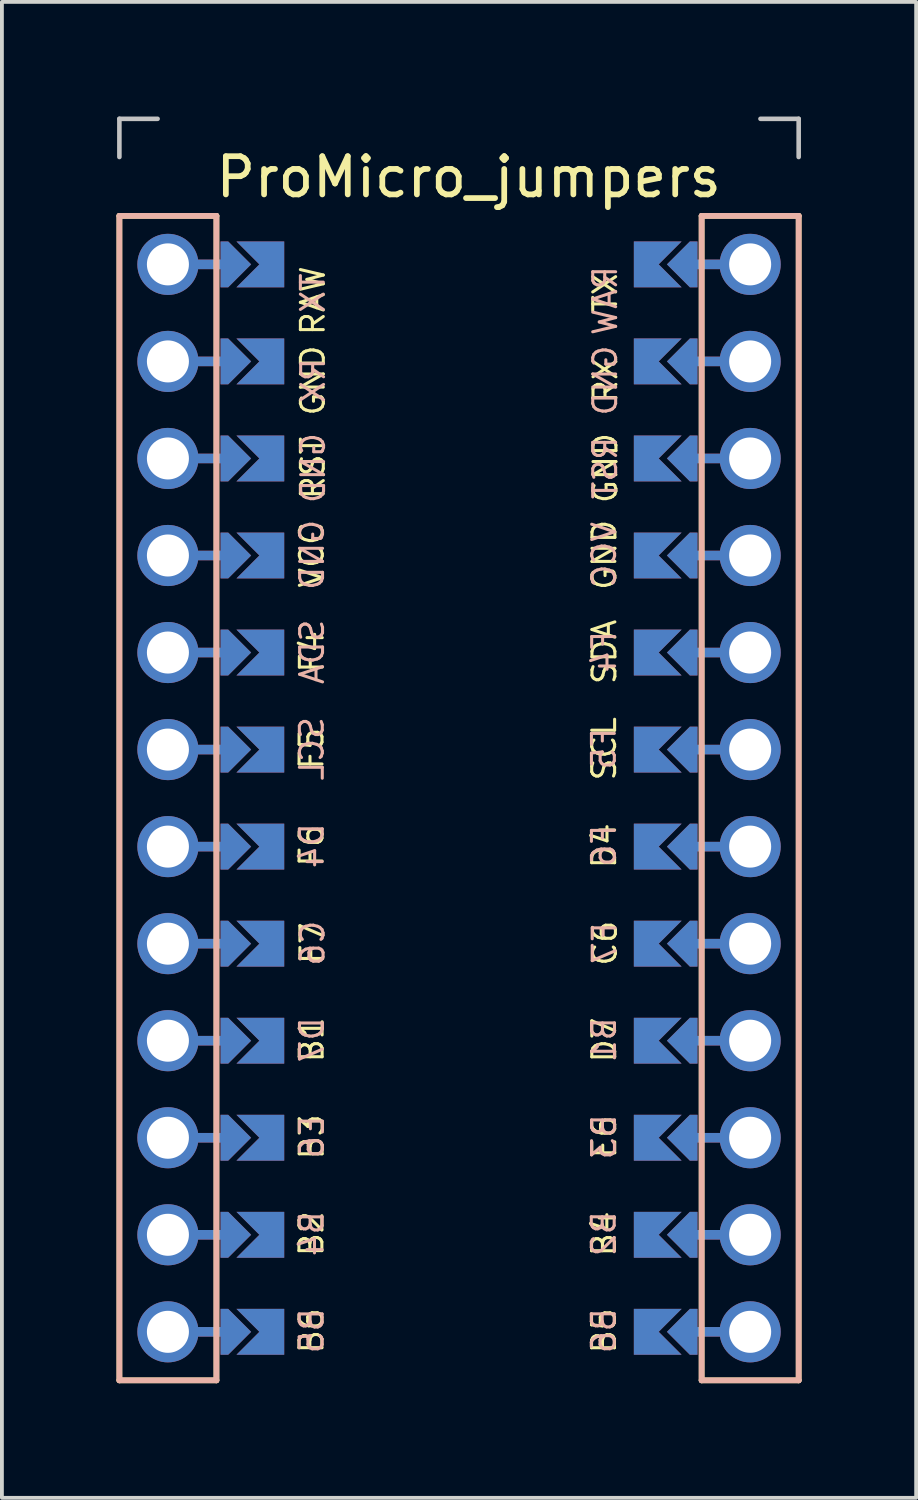
<source format=kicad_pcb>
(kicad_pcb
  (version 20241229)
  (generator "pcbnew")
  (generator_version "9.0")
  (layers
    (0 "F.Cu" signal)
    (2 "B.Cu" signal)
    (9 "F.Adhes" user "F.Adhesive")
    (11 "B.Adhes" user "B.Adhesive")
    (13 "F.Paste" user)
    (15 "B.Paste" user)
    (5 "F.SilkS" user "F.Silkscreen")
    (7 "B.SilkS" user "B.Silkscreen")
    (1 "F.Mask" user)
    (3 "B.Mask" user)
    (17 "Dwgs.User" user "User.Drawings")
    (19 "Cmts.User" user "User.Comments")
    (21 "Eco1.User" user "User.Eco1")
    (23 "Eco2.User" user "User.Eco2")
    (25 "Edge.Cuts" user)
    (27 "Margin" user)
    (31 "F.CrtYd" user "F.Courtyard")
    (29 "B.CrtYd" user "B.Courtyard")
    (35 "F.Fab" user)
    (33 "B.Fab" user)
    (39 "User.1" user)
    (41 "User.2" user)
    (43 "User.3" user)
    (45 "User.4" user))
  (footprint "ProMicro_jumpers"
    (layer "F.Cu")
    (at 8.965 17.84)
    (property "Reference" "ProMicro_jumpers" (at 0.254 -16.256 0) (layer "F.SilkS") (effects (font (size 1 1) (thickness 0.15))))
    (fp_poly (pts (xy -5.08 -14.478) (xy -5.08 -13.462) (xy -6.096 -13.462) (xy -6.096 -14.478)) (stroke (width 0.1) (type solid)) (fill yes) (layer "F.Mask"))
    (fp_poly (pts (xy -5.08 -11.938) (xy -5.08 -10.922) (xy -6.096 -10.922) (xy -6.096 -11.938)) (stroke (width 0.1) (type solid)) (fill yes) (layer "F.Mask"))
    (fp_poly (pts (xy -5.08 -9.398) (xy -5.08 -8.382) (xy -6.096 -8.382) (xy -6.096 -9.398)) (stroke (width 0.1) (type solid)) (fill yes) (layer "F.Mask"))
    (fp_poly (pts (xy -5.08 -6.858) (xy -5.08 -5.842) (xy -6.096 -5.842) (xy -6.096 -6.858)) (stroke (width 0.1) (type solid)) (fill yes) (layer "F.Mask"))
    (fp_poly (pts (xy -5.08 -4.318) (xy -5.08 -3.302) (xy -6.096 -3.302) (xy -6.096 -4.318)) (stroke (width 0.1) (type solid)) (fill yes) (layer "F.Mask"))
    (fp_poly (pts (xy -5.08 -1.778) (xy -5.08 -0.762) (xy -6.096 -0.762) (xy -6.096 -1.778)) (stroke (width 0.1) (type solid)) (fill yes) (layer "F.Mask"))
    (fp_poly (pts (xy -5.08 0.762) (xy -5.08 1.778) (xy -6.096 1.778) (xy -6.096 0.762)) (stroke (width 0.1) (type solid)) (fill yes) (layer "F.Mask"))
    (fp_poly (pts (xy -5.08 3.302) (xy -5.08 4.318) (xy -6.096 4.318) (xy -6.096 3.302)) (stroke (width 0.1) (type solid)) (fill yes) (layer "F.Mask"))
    (fp_poly (pts (xy -5.08 5.842) (xy -5.08 6.858) (xy -6.096 6.858) (xy -6.096 5.842)) (stroke (width 0.1) (type solid)) (fill yes) (layer "F.Mask"))
    (fp_poly (pts (xy -5.08 8.382) (xy -5.08 9.398) (xy -6.096 9.398) (xy -6.096 8.382)) (stroke (width 0.1) (type solid)) (fill yes) (layer "F.Mask"))
    (fp_poly (pts (xy -5.08 10.922) (xy -5.08 11.938) (xy -6.096 11.938) (xy -6.096 10.922)) (stroke (width 0.1) (type solid)) (fill yes) (layer "F.Mask"))
    (fp_poly (pts (xy -5.08 13.462) (xy -5.08 14.478) (xy -6.096 14.478) (xy -6.096 13.462)) (stroke (width 0.1) (type solid)) (fill yes) (layer "F.Mask"))
    (fp_poly (pts (xy 5.08 -13.462) (xy 5.08 -14.478) (xy 6.096 -14.478) (xy 6.096 -13.462)) (stroke (width 0.1) (type solid)) (fill yes) (layer "F.Mask"))
    (fp_poly (pts (xy 5.08 -10.922) (xy 5.08 -11.938) (xy 6.096 -11.938) (xy 6.096 -10.922)) (stroke (width 0.1) (type solid)) (fill yes) (layer "F.Mask"))
    (fp_poly (pts (xy 5.08 -8.382) (xy 5.08 -9.398) (xy 6.096 -9.398) (xy 6.096 -8.382)) (stroke (width 0.1) (type solid)) (fill yes) (layer "F.Mask"))
    (fp_poly (pts (xy 5.08 -5.842) (xy 5.08 -6.858) (xy 6.096 -6.858) (xy 6.096 -5.842)) (stroke (width 0.1) (type solid)) (fill yes) (layer "F.Mask"))
    (fp_poly (pts (xy 5.08 -3.302) (xy 5.08 -4.318) (xy 6.096 -4.318) (xy 6.096 -3.302)) (stroke (width 0.1) (type solid)) (fill yes) (layer "F.Mask"))
    (fp_poly (pts (xy 5.08 -0.762) (xy 5.08 -1.778) (xy 6.096 -1.778) (xy 6.096 -0.762)) (stroke (width 0.1) (type solid)) (fill yes) (layer "F.Mask"))
    (fp_poly (pts (xy 5.08 1.778) (xy 5.08 0.762) (xy 6.096 0.762) (xy 6.096 1.778)) (stroke (width 0.1) (type solid)) (fill yes) (layer "F.Mask"))
    (fp_poly (pts (xy 5.08 4.318) (xy 5.08 3.302) (xy 6.096 3.302) (xy 6.096 4.318)) (stroke (width 0.1) (type solid)) (fill yes) (layer "F.Mask"))
    (fp_poly (pts (xy 5.08 6.858) (xy 5.08 5.842) (xy 6.096 5.842) (xy 6.096 6.858)) (stroke (width 0.1) (type solid)) (fill yes) (layer "F.Mask"))
    (fp_poly (pts (xy 5.08 9.398) (xy 5.08 8.382) (xy 6.096 8.382) (xy 6.096 9.398)) (stroke (width 0.1) (type solid)) (fill yes) (layer "F.Mask"))
    (fp_poly (pts (xy 5.08 11.938) (xy 5.08 10.922) (xy 6.096 10.922) (xy 6.096 11.938)) (stroke (width 0.1) (type solid)) (fill yes) (layer "F.Mask"))
    (fp_poly (pts (xy 5.08 14.478) (xy 5.08 13.462) (xy 6.096 13.462) (xy 6.096 14.478)) (stroke (width 0.1) (type solid)) (fill yes) (layer "F.Mask"))
    (fp_poly (pts (xy -5.08 -14.478) (xy -5.08 -13.462) (xy -6.096 -13.462) (xy -6.096 -14.478)) (stroke (width 0.1) (type solid)) (fill yes) (layer "B.Mask"))
    (fp_poly (pts (xy -5.08 -11.938) (xy -5.08 -10.922) (xy -6.096 -10.922) (xy -6.096 -11.938)) (stroke (width 0.1) (type solid)) (fill yes) (layer "B.Mask"))
    (fp_poly (pts (xy -5.08 -9.398) (xy -5.08 -8.382) (xy -6.096 -8.382) (xy -6.096 -9.398)) (stroke (width 0.1) (type solid)) (fill yes) (layer "B.Mask"))
    (fp_poly (pts (xy -5.08 -6.858) (xy -5.08 -5.842) (xy -6.096 -5.842) (xy -6.096 -6.858)) (stroke (width 0.1) (type solid)) (fill yes) (layer "B.Mask"))
    (fp_poly (pts (xy -5.08 -4.318) (xy -5.08 -3.302) (xy -6.096 -3.302) (xy -6.096 -4.318)) (stroke (width 0.1) (type solid)) (fill yes) (layer "B.Mask"))
    (fp_poly (pts (xy -5.08 -1.778) (xy -5.08 -0.762) (xy -6.096 -0.762) (xy -6.096 -1.778)) (stroke (width 0.1) (type solid)) (fill yes) (layer "B.Mask"))
    (fp_poly (pts (xy -5.08 0.762) (xy -5.08 1.778) (xy -6.096 1.778) (xy -6.096 0.762)) (stroke (width 0.1) (type solid)) (fill yes) (layer "B.Mask"))
    (fp_poly (pts (xy -5.08 3.302) (xy -5.08 4.318) (xy -6.096 4.318) (xy -6.096 3.302)) (stroke (width 0.1) (type solid)) (fill yes) (layer "B.Mask"))
    (fp_poly (pts (xy -5.08 5.842) (xy -5.08 6.858) (xy -6.096 6.858) (xy -6.096 5.842)) (stroke (width 0.1) (type solid)) (fill yes) (layer "B.Mask"))
    (fp_poly (pts (xy -5.08 8.382) (xy -5.08 9.398) (xy -6.096 9.398) (xy -6.096 8.382)) (stroke (width 0.1) (type solid)) (fill yes) (layer "B.Mask"))
    (fp_poly (pts (xy -5.08 10.922) (xy -5.08 11.938) (xy -6.096 11.938) (xy -6.096 10.922)) (stroke (width 0.1) (type solid)) (fill yes) (layer "B.Mask"))
    (fp_poly (pts (xy -5.08 13.462) (xy -5.08 14.478) (xy -6.096 14.478) (xy -6.096 13.462)) (stroke (width 0.1) (type solid)) (fill yes) (layer "B.Mask"))
    (fp_poly (pts (xy 5.08 -13.462) (xy 5.08 -14.478) (xy 6.096 -14.478) (xy 6.096 -13.462)) (stroke (width 0.1) (type solid)) (fill yes) (layer "B.Mask"))
    (fp_poly (pts (xy 5.08 -10.922) (xy 5.08 -11.938) (xy 6.096 -11.938) (xy 6.096 -10.922)) (stroke (width 0.1) (type solid)) (fill yes) (layer "B.Mask"))
    (fp_poly (pts (xy 5.08 -8.382) (xy 5.08 -9.398) (xy 6.096 -9.398) (xy 6.096 -8.382)) (stroke (width 0.1) (type solid)) (fill yes) (layer "B.Mask"))
    (fp_poly (pts (xy 5.08 -5.842) (xy 5.08 -6.858) (xy 6.096 -6.858) (xy 6.096 -5.842)) (stroke (width 0.1) (type solid)) (fill yes) (layer "B.Mask"))
    (fp_poly (pts (xy 5.08 -3.302) (xy 5.08 -4.318) (xy 6.096 -4.318) (xy 6.096 -3.302)) (stroke (width 0.1) (type solid)) (fill yes) (layer "B.Mask"))
    (fp_poly (pts (xy 5.08 -0.762) (xy 5.08 -1.778) (xy 6.096 -1.778) (xy 6.096 -0.762)) (stroke (width 0.1) (type solid)) (fill yes) (layer "B.Mask"))
    (fp_poly (pts (xy 5.08 1.778) (xy 5.08 0.762) (xy 6.096 0.762) (xy 6.096 1.778)) (stroke (width 0.1) (type solid)) (fill yes) (layer "B.Mask"))
    (fp_poly (pts (xy 5.08 4.318) (xy 5.08 3.302) (xy 6.096 3.302) (xy 6.096 4.318)) (stroke (width 0.1) (type solid)) (fill yes) (layer "B.Mask"))
    (fp_poly (pts (xy 5.08 6.858) (xy 5.08 5.842) (xy 6.096 5.842) (xy 6.096 6.858)) (stroke (width 0.1) (type solid)) (fill yes) (layer "B.Mask"))
    (fp_poly (pts (xy 5.08 9.398) (xy 5.08 8.382) (xy 6.096 8.382) (xy 6.096 9.398)) (stroke (width 0.1) (type solid)) (fill yes) (layer "B.Mask"))
    (fp_poly (pts (xy 5.08 11.938) (xy 5.08 10.922) (xy 6.096 10.922) (xy 6.096 11.938)) (stroke (width 0.1) (type solid)) (fill yes) (layer "B.Mask"))
    (fp_poly (pts (xy 5.08 14.478) (xy 5.08 13.462) (xy 6.096 13.462) (xy 6.096 14.478)) (stroke (width 0.1) (type solid)) (fill yes) (layer "B.Mask"))
    (fp_line (start -8.89 -15.24) (end -8.89 15.24) (stroke (width 0.15) (type solid)) (layer "F.SilkS"))
    (fp_line (start -8.89 -15.24) (end -6.35 -15.24) (stroke (width 0.15) (type solid)) (layer "F.SilkS"))
    (fp_line (start -6.35 -15.24) (end -6.35 15.24) (stroke (width 0.15) (type solid)) (layer "F.SilkS"))
    (fp_line (start -6.35 15.24) (end -8.89 15.24) (stroke (width 0.15) (type solid)) (layer "F.SilkS"))
    (fp_line (start 6.35 -15.24) (end 6.35 15.24) (stroke (width 0.15) (type solid)) (layer "F.SilkS"))
    (fp_line (start 6.35 -15.24) (end 8.89 -15.24) (stroke (width 0.15) (type solid)) (layer "F.SilkS"))
    (fp_line (start 6.35 15.24) (end 8.89 15.24) (stroke (width 0.15) (type solid)) (layer "F.SilkS"))
    (fp_line (start 8.89 -15.24) (end 8.89 15.24) (stroke (width 0.15) (type solid)) (layer "F.SilkS"))
    (fp_line (start -8.89 -15.24) (end -8.89 15.24) (stroke (width 0.15) (type solid)) (layer "B.SilkS"))
    (fp_line (start -8.89 -15.24) (end -6.35 -15.24) (stroke (width 0.15) (type solid)) (layer "B.SilkS"))
    (fp_line (start -6.35 -15.24) (end -6.35 15.24) (stroke (width 0.15) (type solid)) (layer "B.SilkS"))
    (fp_line (start -6.35 15.24) (end -8.89 15.24) (stroke (width 0.15) (type solid)) (layer "B.SilkS"))
    (fp_line (start 6.35 -15.24) (end 6.35 15.24) (stroke (width 0.15) (type solid)) (layer "B.SilkS"))
    (fp_line (start 6.35 -15.24) (end 8.89 -15.24) (stroke (width 0.15) (type solid)) (layer "B.SilkS"))
    (fp_line (start 6.35 15.24) (end 8.89 15.24) (stroke (width 0.15) (type solid)) (layer "B.SilkS"))
    (fp_line (start 8.89 -15.24) (end 8.89 15.24) (stroke (width 0.15) (type solid)) (layer "B.SilkS"))
    (fp_line (start -8.89 -17.78) (end -8.89 -16.78) (stroke (width 0.12) (type solid)) (layer "Dwgs.User"))
    (fp_line (start -8.89 -17.78) (end -7.89 -17.78) (stroke (width 0.12) (type solid)) (layer "Dwgs.User"))
    (fp_line (start 8.89 -17.78) (end 7.89 -17.78) (stroke (width 0.12) (type solid)) (layer "Dwgs.User"))
    (fp_line (start 8.89 -17.78) (end 8.89 -16.78) (stroke (width 0.12) (type solid)) (layer "Dwgs.User"))
    (fp_text user "F7" (at -3.839 3.797 90) (layer "F.SilkS") (effects (font (size 0.6 0.6) (thickness 0.08))))
    (fp_text user "D4" (at 3.799 1.248 90) (layer "F.SilkS") (effects (font (size 0.6 0.6) (thickness 0.08))))
    (fp_text user "RST" (at -3.826 -8.64 90) (layer "F.SilkS") (effects (font (size 0.6 0.6) (thickness 0.08))))
    (fp_text user "F6" (at -3.86 1.246 90) (layer "F.SilkS") (effects (font (size 0.6 0.6) (thickness 0.08))))
    (fp_text user "RX" (at 3.833 -10.928 90) (layer "F.SilkS") (effects (font (size 0.6 0.6) (thickness 0.08))))
    (fp_text user "F4" (at -3.853 -3.829 90) (layer "F.SilkS") (effects (font (size 0.6 0.6) (thickness 0.08))))
    (fp_text user "E6" (at 3.802 8.869 90) (layer "F.SilkS") (effects (font (size 0.6 0.6) (thickness 0.08))))
    (fp_text user "SCL" (at 3.799 -1.292 90) (layer "F.SilkS") (effects (font (size 0.6 0.6) (thickness 0.08))))
    (fp_text user "B5" (at 3.795 13.944 90) (layer "F.SilkS") (effects (font (size 0.6 0.6) (thickness 0.08))))
    (fp_text user "B6" (at -3.864 13.942 90) (layer "F.SilkS") (effects (font (size 0.6 0.6) (thickness 0.08))))
    (fp_text user "B4" (at 3.795 11.404 90) (layer "F.SilkS") (effects (font (size 0.6 0.6) (thickness 0.08))))
    (fp_text user "F5" (at -3.86 -1.294 90) (layer "F.SilkS") (effects (font (size 0.6 0.6) (thickness 0.08))))
    (fp_text user "B1" (at -3.857 6.327 90) (layer "F.SilkS") (effects (font (size 0.6 0.6) (thickness 0.08))))
    (fp_text user "RAW" (at -3.826 -13.02 90) (layer "F.SilkS") (effects (font (size 0.6 0.6) (thickness 0.08))))
    (fp_text user "GND" (at -3.826 -10.93 90) (layer "F.SilkS") (effects (font (size 0.6 0.6) (thickness 0.08))))
    (fp_text user "B3" (at -3.857 8.867 90) (layer "F.SilkS") (effects (font (size 0.6 0.6) (thickness 0.08))))
    (fp_text user "VCC" (at -3.853 -6.369 90) (layer "F.SilkS") (effects (font (size 0.6 0.6) (thickness 0.08))))
    (fp_text user "SDA" (at 3.806 -3.827 90) (layer "F.SilkS") (effects (font (size 0.6 0.6) (thickness 0.08))))
    (fp_text user "GND" (at 3.806 -6.367 90) (layer "F.SilkS") (effects (font (size 0.6 0.6) (thickness 0.08))))
    (fp_text user "GND" (at 3.833 -8.638 90) (layer "F.SilkS") (effects (font (size 0.6 0.6) (thickness 0.08))))
    (fp_text user "B2" (at -3.864 11.402 90) (layer "F.SilkS") (effects (font (size 0.6 0.6) (thickness 0.08))))
    (fp_text user "C6" (at 3.82 3.798 90) (layer "F.SilkS") (effects (font (size 0.6 0.6) (thickness 0.08))))
    (fp_text user "D7" (at 3.802 6.329 90) (layer "F.SilkS") (effects (font (size 0.6 0.6) (thickness 0.08))))
    (fp_text user "TX" (at 3.826 -13.22 90) (layer "F.SilkS") (effects (font (size 0.6 0.6) (thickness 0.08))))
    (fp_text user "TX" (at -3.826 -13.22 90) (layer "B.SilkS") (effects (font (size 0.6 0.6) (thickness 0.08)) (justify mirror)))
    (fp_text user "B5" (at -3.857 13.944 90) (layer "B.SilkS") (effects (font (size 0.6 0.6) (thickness 0.08)) (justify mirror)))
    (fp_text user "B3" (at 3.795 8.867 90) (layer "B.SilkS") (effects (font (size 0.6 0.6) (thickness 0.08)) (justify mirror)))
    (fp_text user "RX" (at -3.819 -10.928 90) (layer "B.SilkS") (effects (font (size 0.6 0.6) (thickness 0.08)) (justify mirror)))
    (fp_text user "B4" (at -3.857 11.404 90) (layer "B.SilkS") (effects (font (size 0.6 0.6) (thickness 0.08)) (justify mirror)))
    (fp_text user "E6" (at -3.85 8.869 90) (layer "B.SilkS") (effects (font (size 0.6 0.6) (thickness 0.08)) (justify mirror)))
    (fp_text user "D4" (at -3.853 1.248 90) (layer "B.SilkS") (effects (font (size 0.6 0.6) (thickness 0.08)) (justify mirror)))
    (fp_text user "F6" (at 3.792 1.246 90) (layer "B.SilkS") (effects (font (size 0.6 0.6) (thickness 0.08)) (justify mirror)))
    (fp_text user "RAW" (at 3.826 -13.02 90) (layer "B.SilkS") (effects (font (size 0.6 0.6) (thickness 0.08)) (justify mirror)))
    (fp_text user "F7" (at 3.813 3.797 90) (layer "B.SilkS") (effects (font (size 0.6 0.6) (thickness 0.08)) (justify mirror)))
    (fp_text user "GND" (at 3.826 -10.93 90) (layer "B.SilkS") (effects (font (size 0.6 0.6) (thickness 0.08)) (justify mirror)))
    (fp_text user "F4" (at 3.799 -3.829 90) (layer "B.SilkS") (effects (font (size 0.6 0.6) (thickness 0.08)) (justify mirror)))
    (fp_text user "GND" (at -3.846 -6.367 90) (layer "B.SilkS") (effects (font (size 0.6 0.6) (thickness 0.08)) (justify mirror)))
    (fp_text user "C6" (at -3.832 3.798 90) (layer "B.SilkS") (effects (font (size 0.6 0.6) (thickness 0.08)) (justify mirror)))
    (fp_text user "B2" (at 3.788 11.402 90) (layer "B.SilkS") (effects (font (size 0.6 0.6) (thickness 0.08)) (justify mirror)))
    (fp_text user "B1" (at 3.795 6.327 90) (layer "B.SilkS") (effects (font (size 0.6 0.6) (thickness 0.08)) (justify mirror)))
    (fp_text user "RST" (at 3.826 -8.64 90) (layer "B.SilkS") (effects (font (size 0.6 0.6) (thickness 0.08)) (justify mirror)))
    (fp_text user "SCL" (at -3.853 -1.292 90) (layer "B.SilkS") (effects (font (size 0.6 0.6) (thickness 0.08)) (justify mirror)))
    (fp_text user "D7" (at -3.85 6.329 90) (layer "B.SilkS") (effects (font (size 0.6 0.6) (thickness 0.08)) (justify mirror)))
    (fp_text user "B6" (at 3.788 13.942 90) (layer "B.SilkS") (effects (font (size 0.6 0.6) (thickness 0.08)) (justify mirror)))
    (fp_text user "GND" (at -3.819 -8.638 90) (layer "B.SilkS") (effects (font (size 0.6 0.6) (thickness 0.08)) (justify mirror)))
    (fp_text user "F5" (at 3.792 -1.294 90) (layer "B.SilkS") (effects (font (size 0.6 0.6) (thickness 0.08)) (justify mirror)))
    (fp_text user "VCC" (at 3.799 -6.369 90) (layer "B.SilkS") (effects (font (size 0.6 0.6) (thickness 0.08)) (justify mirror)))
    (fp_text user "SDA" (at -3.846 -3.827 90) (layer "B.SilkS") (effects (font (size 0.6 0.6) (thickness 0.08)) (justify mirror)))
    (pad "" thru_hole circle (at -7.62 -13.97 270) (size 1.6 1.6) (drill 1.1) (layers "*.Cu" "*.Mask"))
    (pad "" thru_hole circle (at -7.62 -11.43 270) (size 1.6 1.6) (drill 1.1) (layers "*.Cu" "*.Mask"))
    (pad "" thru_hole circle (at -7.62 -8.89 270) (size 1.6 1.6) (drill 1.1) (layers "*.Cu" "*.Mask"))
    (pad "" thru_hole circle (at -7.62 -6.35 270) (size 1.6 1.6) (drill 1.1) (layers "*.Cu" "*.Mask"))
    (pad "" thru_hole circle (at -7.62 -3.81 270) (size 1.6 1.6) (drill 1.1) (layers "*.Cu" "*.Mask"))
    (pad "" thru_hole circle (at -7.62 -1.27 270) (size 1.6 1.6) (drill 1.1) (layers "*.Cu" "*.Mask"))
    (pad "" thru_hole circle (at -7.62 1.27 270) (size 1.6 1.6) (drill 1.1) (layers "*.Cu" "*.Mask"))
    (pad "" thru_hole circle (at -7.62 3.81 270) (size 1.6 1.6) (drill 1.1) (layers "*.Cu" "*.Mask"))
    (pad "" thru_hole circle (at -7.62 6.35 270) (size 1.6 1.6) (drill 1.1) (layers "*.Cu" "*.Mask"))
    (pad "" thru_hole circle (at -7.62 8.89 270) (size 1.6 1.6) (drill 1.1) (layers "*.Cu" "*.Mask"))
    (pad "" thru_hole circle (at -7.62 11.43 270) (size 1.6 1.6) (drill 1.1) (layers "*.Cu" "*.Mask"))
    (pad "" thru_hole circle (at -7.62 13.97 270) (size 1.6 1.6) (drill 1.1) (layers "*.Cu" "*.Mask"))
    (pad "" smd custom (at -6.35 -13.97 90) (size 0.25 1) (layers "F.Cu") (options (anchor rect)) (primitives))
    (pad "" smd custom (at -6.35 -13.97 90) (size 0.25 1) (layers "B.Cu") (options (anchor rect)) (primitives))
    (pad "" smd custom (at -6.35 -11.43 90) (size 0.25 1) (layers "F.Cu") (options (anchor rect)) (primitives))
    (pad "" smd custom (at -6.35 -11.43 90) (size 0.25 1) (layers "B.Cu") (options (anchor rect)) (primitives))
    (pad "" smd custom (at -6.35 -8.89 90) (size 0.25 1) (layers "F.Cu") (options (anchor rect)) (primitives))
    (pad "" smd custom (at -6.35 -8.89 90) (size 0.25 1) (layers "B.Cu") (options (anchor rect)) (primitives))
    (pad "" smd custom (at -6.35 -6.35 90) (size 0.25 1) (layers "F.Cu") (options (anchor rect)) (primitives))
    (pad "" smd custom (at -6.35 -6.35 90) (size 0.25 1) (layers "B.Cu") (options (anchor rect)) (primitives))
    (pad "" smd custom (at -6.35 -3.81 90) (size 0.25 1) (layers "F.Cu") (options (anchor rect)) (primitives))
    (pad "" smd custom (at -6.35 -3.81 90) (size 0.25 1) (layers "B.Cu") (options (anchor rect)) (primitives))
    (pad "" smd custom (at -6.35 -1.27 90) (size 0.25 1) (layers "F.Cu") (options (anchor rect)) (primitives))
    (pad "" smd custom (at -6.35 -1.27 90) (size 0.25 1) (layers "B.Cu") (options (anchor rect)) (primitives))
    (pad "" smd custom (at -6.35 1.27 90) (size 0.25 1) (layers "F.Cu") (options (anchor rect)) (primitives))
    (pad "" smd custom (at -6.35 1.27 90) (size 0.25 1) (layers "B.Cu") (options (anchor rect)) (primitives))
    (pad "" smd custom (at -6.35 3.81 90) (size 0.25 1) (layers "F.Cu") (options (anchor rect)) (primitives))
    (pad "" smd custom (at -6.35 3.81 90) (size 0.25 1) (layers "B.Cu") (options (anchor rect)) (primitives))
    (pad "" smd custom (at -6.35 6.35 90) (size 0.25 1) (layers "F.Cu") (options (anchor rect)) (primitives))
    (pad "" smd custom (at -6.35 6.35 90) (size 0.25 1) (layers "B.Cu") (options (anchor rect)) (primitives))
    (pad "" smd custom (at -6.35 8.89 90) (size 0.25 1) (layers "F.Cu") (options (anchor rect)) (primitives))
    (pad "" smd custom (at -6.35 8.89 90) (size 0.25 1) (layers "B.Cu") (options (anchor rect)) (primitives))
    (pad "" smd custom (at -6.35 11.43 90) (size 0.25 1) (layers "F.Cu") (options (anchor rect)) (primitives))
    (pad "" smd custom (at -6.35 11.43 90) (size 0.25 1) (layers "B.Cu") (options (anchor rect)) (primitives))
    (pad "" smd custom (at -6.35 13.97 90) (size 0.25 1) (layers "F.Cu") (options (anchor rect)) (primitives))
    (pad "" smd custom (at -6.35 13.97 90) (size 0.25 1) (layers "B.Cu") (options (anchor rect)) (primitives))
    (pad "" smd custom (at -5.842 -13.97 90) (size 0.1 0.1) (layers "F.Cu" "F.Mask") (options (anchor rect)) (primitives (gr_poly (pts (xy 0.6 -0.2) (xy 0 0.4) (xy -0.6 -0.2) (xy -0.6 -0.4) (xy 0.6 -0.4)) (width 0) (fill yes))))
    (pad "" smd custom (at -5.842 -13.97 90) (size 0.1 0.1) (layers "B.Cu" "B.Mask") (options (anchor rect)) (primitives (gr_poly (pts (xy 0.6 -0.2) (xy 0 0.4) (xy -0.6 -0.2) (xy -0.6 -0.4) (xy 0.6 -0.4)) (width 0) (fill yes))))
    (pad "" smd custom (at -5.842 -11.43 90) (size 0.1 0.1) (layers "F.Cu" "F.Mask") (options (anchor rect)) (primitives (gr_poly (pts (xy 0.6 -0.2) (xy 0 0.4) (xy -0.6 -0.2) (xy -0.6 -0.4) (xy 0.6 -0.4)) (width 0) (fill yes))))
    (pad "" smd custom (at -5.842 -11.43 90) (size 0.1 0.1) (layers "B.Cu" "B.Mask") (options (anchor rect)) (primitives (gr_poly (pts (xy 0.6 -0.2) (xy 0 0.4) (xy -0.6 -0.2) (xy -0.6 -0.4) (xy 0.6 -0.4)) (width 0) (fill yes))))
    (pad "" smd custom (at -5.842 -8.89 90) (size 0.1 0.1) (layers "F.Cu" "F.Mask") (options (anchor rect)) (primitives (gr_poly (pts (xy 0.6 -0.2) (xy 0 0.4) (xy -0.6 -0.2) (xy -0.6 -0.4) (xy 0.6 -0.4)) (width 0) (fill yes))))
    (pad "" smd custom (at -5.842 -8.89 90) (size 0.1 0.1) (layers "B.Cu" "B.Mask") (options (anchor rect)) (primitives (gr_poly (pts (xy 0.6 -0.2) (xy 0 0.4) (xy -0.6 -0.2) (xy -0.6 -0.4) (xy 0.6 -0.4)) (width 0) (fill yes))))
    (pad "" smd custom (at -5.842 -6.35 90) (size 0.1 0.1) (layers "F.Cu" "F.Mask") (options (anchor rect)) (primitives (gr_poly (pts (xy 0.6 -0.2) (xy 0 0.4) (xy -0.6 -0.2) (xy -0.6 -0.4) (xy 0.6 -0.4)) (width 0) (fill yes))))
    (pad "" smd custom (at -5.842 -6.35 90) (size 0.1 0.1) (layers "B.Cu" "B.Mask") (options (anchor rect)) (primitives (gr_poly (pts (xy 0.6 -0.2) (xy 0 0.4) (xy -0.6 -0.2) (xy -0.6 -0.4) (xy 0.6 -0.4)) (width 0) (fill yes))))
    (pad "" smd custom (at -5.842 -3.81 90) (size 0.1 0.1) (layers "F.Cu" "F.Mask") (options (anchor rect)) (primitives (gr_poly (pts (xy 0.6 -0.2) (xy 0 0.4) (xy -0.6 -0.2) (xy -0.6 -0.4) (xy 0.6 -0.4)) (width 0) (fill yes))))
    (pad "" smd custom (at -5.842 -3.81 90) (size 0.1 0.1) (layers "B.Cu" "B.Mask") (options (anchor rect)) (primitives (gr_poly (pts (xy 0.6 -0.2) (xy 0 0.4) (xy -0.6 -0.2) (xy -0.6 -0.4) (xy 0.6 -0.4)) (width 0) (fill yes))))
    (pad "" smd custom (at -5.842 -1.27 90) (size 0.1 0.1) (layers "F.Cu" "F.Mask") (options (anchor rect)) (primitives (gr_poly (pts (xy 0.6 -0.2) (xy 0 0.4) (xy -0.6 -0.2) (xy -0.6 -0.4) (xy 0.6 -0.4)) (width 0) (fill yes))))
    (pad "" smd custom (at -5.842 -1.27 90) (size 0.1 0.1) (layers "B.Cu" "B.Mask") (options (anchor rect)) (primitives (gr_poly (pts (xy 0.6 -0.2) (xy 0 0.4) (xy -0.6 -0.2) (xy -0.6 -0.4) (xy 0.6 -0.4)) (width 0) (fill yes))))
    (pad "" smd custom (at -5.842 1.27 90) (size 0.1 0.1) (layers "F.Cu" "F.Mask") (options (anchor rect)) (primitives (gr_poly (pts (xy 0.6 -0.2) (xy 0 0.4) (xy -0.6 -0.2) (xy -0.6 -0.4) (xy 0.6 -0.4)) (width 0) (fill yes))))
    (pad "" smd custom (at -5.842 1.27 90) (size 0.1 0.1) (layers "B.Cu" "B.Mask") (options (anchor rect)) (primitives (gr_poly (pts (xy 0.6 -0.2) (xy 0 0.4) (xy -0.6 -0.2) (xy -0.6 -0.4) (xy 0.6 -0.4)) (width 0) (fill yes))))
    (pad "" smd custom (at -5.842 3.81 90) (size 0.1 0.1) (layers "F.Cu" "F.Mask") (options (anchor rect)) (primitives (gr_poly (pts (xy 0.6 -0.2) (xy 0 0.4) (xy -0.6 -0.2) (xy -0.6 -0.4) (xy 0.6 -0.4)) (width 0) (fill yes))))
    (pad "" smd custom (at -5.842 3.81 90) (size 0.1 0.1) (layers "B.Cu" "B.Mask") (options (anchor rect)) (primitives (gr_poly (pts (xy 0.6 -0.2) (xy 0 0.4) (xy -0.6 -0.2) (xy -0.6 -0.4) (xy 0.6 -0.4)) (width 0) (fill yes))))
    (pad "" smd custom (at -5.842 6.35 90) (size 0.1 0.1) (layers "F.Cu" "F.Mask") (options (anchor rect)) (primitives (gr_poly (pts (xy 0.6 -0.2) (xy 0 0.4) (xy -0.6 -0.2) (xy -0.6 -0.4) (xy 0.6 -0.4)) (width 0) (fill yes))))
    (pad "" smd custom (at -5.842 6.35 90) (size 0.1 0.1) (layers "B.Cu" "B.Mask") (options (anchor rect)) (primitives (gr_poly (pts (xy 0.6 -0.2) (xy 0 0.4) (xy -0.6 -0.2) (xy -0.6 -0.4) (xy 0.6 -0.4)) (width 0) (fill yes))))
    (pad "" smd custom (at -5.842 8.89 90) (size 0.1 0.1) (layers "F.Cu" "F.Mask") (options (anchor rect)) (primitives (gr_poly (pts (xy 0.6 -0.2) (xy 0 0.4) (xy -0.6 -0.2) (xy -0.6 -0.4) (xy 0.6 -0.4)) (width 0) (fill yes))))
    (pad "" smd custom (at -5.842 8.89 90) (size 0.1 0.1) (layers "B.Cu" "B.Mask") (options (anchor rect)) (primitives (gr_poly (pts (xy 0.6 -0.2) (xy 0 0.4) (xy -0.6 -0.2) (xy -0.6 -0.4) (xy 0.6 -0.4)) (width 0) (fill yes))))
    (pad "" smd custom (at -5.842 11.43 90) (size 0.1 0.1) (layers "F.Cu" "F.Mask") (options (anchor rect)) (primitives (gr_poly (pts (xy 0.6 -0.2) (xy 0 0.4) (xy -0.6 -0.2) (xy -0.6 -0.4) (xy 0.6 -0.4)) (width 0) (fill yes))))
    (pad "" smd custom (at -5.842 11.43 90) (size 0.1 0.1) (layers "B.Cu" "B.Mask") (options (anchor rect)) (primitives (gr_poly (pts (xy 0.6 -0.2) (xy 0 0.4) (xy -0.6 -0.2) (xy -0.6 -0.4) (xy 0.6 -0.4)) (width 0) (fill yes))))
    (pad "" smd custom (at -5.842 13.97 90) (size 0.1 0.1) (layers "F.Cu" "F.Mask") (options (anchor rect)) (primitives (gr_poly (pts (xy 0.6 -0.2) (xy 0 0.4) (xy -0.6 -0.2) (xy -0.6 -0.4) (xy 0.6 -0.4)) (width 0) (fill yes))))
    (pad "" smd custom (at -5.842 13.97 90) (size 0.1 0.1) (layers "B.Cu" "B.Mask") (options (anchor rect)) (primitives (gr_poly (pts (xy 0.6 -0.2) (xy 0 0.4) (xy -0.6 -0.2) (xy -0.6 -0.4) (xy 0.6 -0.4)) (width 0) (fill yes))))
    (pad "" smd custom (at 5.842 -13.97 270) (size 0.1 0.1) (layers "F.Cu" "F.Mask") (options (anchor rect)) (primitives (gr_poly (pts (xy 0.6 -0.2) (xy 0 0.4) (xy -0.6 -0.2) (xy -0.6 -0.4) (xy 0.6 -0.4)) (width 0) (fill yes))))
    (pad "" smd custom (at 5.842 -13.97 270) (size 0.1 0.1) (layers "B.Cu" "B.Mask") (options (anchor rect)) (primitives (gr_poly (pts (xy 0.6 -0.2) (xy 0 0.4) (xy -0.6 -0.2) (xy -0.6 -0.4) (xy 0.6 -0.4)) (width 0) (fill yes))))
    (pad "" smd custom (at 5.842 -11.43 270) (size 0.1 0.1) (layers "F.Cu" "F.Mask") (options (anchor rect)) (primitives (gr_poly (pts (xy 0.6 -0.2) (xy 0 0.4) (xy -0.6 -0.2) (xy -0.6 -0.4) (xy 0.6 -0.4)) (width 0) (fill yes))))
    (pad "" smd custom (at 5.842 -11.43 270) (size 0.1 0.1) (layers "B.Cu" "B.Mask") (options (anchor rect)) (primitives (gr_poly (pts (xy 0.6 -0.2) (xy 0 0.4) (xy -0.6 -0.2) (xy -0.6 -0.4) (xy 0.6 -0.4)) (width 0) (fill yes))))
    (pad "" smd custom (at 5.842 -8.89 270) (size 0.1 0.1) (layers "F.Cu" "F.Mask") (options (anchor rect)) (primitives (gr_poly (pts (xy 0.6 -0.2) (xy 0 0.4) (xy -0.6 -0.2) (xy -0.6 -0.4) (xy 0.6 -0.4)) (width 0) (fill yes))))
    (pad "" smd custom (at 5.842 -8.89 270) (size 0.1 0.1) (layers "B.Cu" "B.Mask") (options (anchor rect)) (primitives (gr_poly (pts (xy 0.6 -0.2) (xy 0 0.4) (xy -0.6 -0.2) (xy -0.6 -0.4) (xy 0.6 -0.4)) (width 0) (fill yes))))
    (pad "" smd custom (at 5.842 -6.35 270) (size 0.1 0.1) (layers "F.Cu" "F.Mask") (options (anchor rect)) (primitives (gr_poly (pts (xy 0.6 -0.2) (xy 0 0.4) (xy -0.6 -0.2) (xy -0.6 -0.4) (xy 0.6 -0.4)) (width 0) (fill yes))))
    (pad "" smd custom (at 5.842 -6.35 270) (size 0.1 0.1) (layers "B.Cu" "B.Mask") (options (anchor rect)) (primitives (gr_poly (pts (xy 0.6 -0.2) (xy 0 0.4) (xy -0.6 -0.2) (xy -0.6 -0.4) (xy 0.6 -0.4)) (width 0) (fill yes))))
    (pad "" smd custom (at 5.842 -3.81 270) (size 0.1 0.1) (layers "F.Cu" "F.Mask") (options (anchor rect)) (primitives (gr_poly (pts (xy 0.6 -0.2) (xy 0 0.4) (xy -0.6 -0.2) (xy -0.6 -0.4) (xy 0.6 -0.4)) (width 0) (fill yes))))
    (pad "" smd custom (at 5.842 -3.81 270) (size 0.1 0.1) (layers "B.Cu" "B.Mask") (options (anchor rect)) (primitives (gr_poly (pts (xy 0.6 -0.2) (xy 0 0.4) (xy -0.6 -0.2) (xy -0.6 -0.4) (xy 0.6 -0.4)) (width 0) (fill yes))))
    (pad "" smd custom (at 5.842 -1.27 270) (size 0.1 0.1) (layers "F.Cu" "F.Mask") (options (anchor rect)) (primitives (gr_poly (pts (xy 0.6 -0.2) (xy 0 0.4) (xy -0.6 -0.2) (xy -0.6 -0.4) (xy 0.6 -0.4)) (width 0) (fill yes))))
    (pad "" smd custom (at 5.842 -1.27 270) (size 0.1 0.1) (layers "B.Cu" "B.Mask") (options (anchor rect)) (primitives (gr_poly (pts (xy 0.6 -0.2) (xy 0 0.4) (xy -0.6 -0.2) (xy -0.6 -0.4) (xy 0.6 -0.4)) (width 0) (fill yes))))
    (pad "" smd custom (at 5.842 1.27 270) (size 0.1 0.1) (layers "F.Cu" "F.Mask") (options (anchor rect)) (primitives (gr_poly (pts (xy 0.6 -0.2) (xy 0 0.4) (xy -0.6 -0.2) (xy -0.6 -0.4) (xy 0.6 -0.4)) (width 0) (fill yes))))
    (pad "" smd custom (at 5.842 1.27 270) (size 0.1 0.1) (layers "B.Cu" "B.Mask") (options (anchor rect)) (primitives (gr_poly (pts (xy 0.6 -0.2) (xy 0 0.4) (xy -0.6 -0.2) (xy -0.6 -0.4) (xy 0.6 -0.4)) (width 0) (fill yes))))
    (pad "" smd custom (at 5.842 3.81 270) (size 0.1 0.1) (layers "F.Cu" "F.Mask") (options (anchor rect)) (primitives (gr_poly (pts (xy 0.6 -0.2) (xy 0 0.4) (xy -0.6 -0.2) (xy -0.6 -0.4) (xy 0.6 -0.4)) (width 0) (fill yes))))
    (pad "" smd custom (at 5.842 3.81 270) (size 0.1 0.1) (layers "B.Cu" "B.Mask") (options (anchor rect)) (primitives (gr_poly (pts (xy 0.6 -0.2) (xy 0 0.4) (xy -0.6 -0.2) (xy -0.6 -0.4) (xy 0.6 -0.4)) (width 0) (fill yes))))
    (pad "" smd custom (at 5.842 6.35 270) (size 0.1 0.1) (layers "F.Cu" "F.Mask") (options (anchor rect)) (primitives (gr_poly (pts (xy 0.6 -0.2) (xy 0 0.4) (xy -0.6 -0.2) (xy -0.6 -0.4) (xy 0.6 -0.4)) (width 0) (fill yes))))
    (pad "" smd custom (at 5.842 6.35 270) (size 0.1 0.1) (layers "B.Cu" "B.Mask") (options (anchor rect)) (primitives (gr_poly (pts (xy 0.6 -0.2) (xy 0 0.4) (xy -0.6 -0.2) (xy -0.6 -0.4) (xy 0.6 -0.4)) (width 0) (fill yes))))
    (pad "" smd custom (at 5.842 8.89 270) (size 0.1 0.1) (layers "F.Cu" "F.Mask") (options (anchor rect)) (primitives (gr_poly (pts (xy 0.6 -0.2) (xy 0 0.4) (xy -0.6 -0.2) (xy -0.6 -0.4) (xy 0.6 -0.4)) (width 0) (fill yes))))
    (pad "" smd custom (at 5.842 8.89 270) (size 0.1 0.1) (layers "B.Cu" "B.Mask") (options (anchor rect)) (primitives (gr_poly (pts (xy 0.6 -0.2) (xy 0 0.4) (xy -0.6 -0.2) (xy -0.6 -0.4) (xy 0.6 -0.4)) (width 0) (fill yes))))
    (pad "" smd custom (at 5.842 11.43 270) (size 0.1 0.1) (layers "F.Cu" "F.Mask") (options (anchor rect)) (primitives (gr_poly (pts (xy 0.6 -0.2) (xy 0 0.4) (xy -0.6 -0.2) (xy -0.6 -0.4) (xy 0.6 -0.4)) (width 0) (fill yes))))
    (pad "" smd custom (at 5.842 11.43 270) (size 0.1 0.1) (layers "B.Cu" "B.Mask") (options (anchor rect)) (primitives (gr_poly (pts (xy 0.6 -0.2) (xy 0 0.4) (xy -0.6 -0.2) (xy -0.6 -0.4) (xy 0.6 -0.4)) (width 0) (fill yes))))
    (pad "" smd custom (at 5.842 13.97 270) (size 0.1 0.1) (layers "F.Cu" "F.Mask") (options (anchor rect)) (primitives (gr_poly (pts (xy 0.6 -0.2) (xy 0 0.4) (xy -0.6 -0.2) (xy -0.6 -0.4) (xy 0.6 -0.4)) (width 0) (fill yes))))
    (pad "" smd custom (at 5.842 13.97 270) (size 0.1 0.1) (layers "B.Cu" "B.Mask") (options (anchor rect)) (primitives (gr_poly (pts (xy 0.6 -0.2) (xy 0 0.4) (xy -0.6 -0.2) (xy -0.6 -0.4) (xy 0.6 -0.4)) (width 0) (fill yes))))
    (pad "" smd custom (at 6.35 -13.97 270) (size 0.25 1) (layers "F.Cu") (options (anchor rect)) (primitives))
    (pad "" smd custom (at 6.35 -13.97 270) (size 0.25 1) (layers "B.Cu") (options (anchor rect)) (primitives))
    (pad "" smd custom (at 6.35 -11.43 270) (size 0.25 1) (layers "F.Cu") (options (anchor rect)) (primitives))
    (pad "" smd custom (at 6.35 -11.43 270) (size 0.25 1) (layers "B.Cu") (options (anchor rect)) (primitives))
    (pad "" smd custom (at 6.35 -8.89 270) (size 0.25 1) (layers "F.Cu") (options (anchor rect)) (primitives))
    (pad "" smd custom (at 6.35 -8.89 270) (size 0.25 1) (layers "B.Cu") (options (anchor rect)) (primitives))
    (pad "" smd custom (at 6.35 -6.35 270) (size 0.25 1) (layers "F.Cu") (options (anchor rect)) (primitives))
    (pad "" smd custom (at 6.35 -6.35 270) (size 0.25 1) (layers "B.Cu") (options (anchor rect)) (primitives))
    (pad "" smd custom (at 6.35 -3.81 270) (size 0.25 1) (layers "F.Cu") (options (anchor rect)) (primitives))
    (pad "" smd custom (at 6.35 -3.81 270) (size 0.25 1) (layers "B.Cu") (options (anchor rect)) (primitives))
    (pad "" smd custom (at 6.35 -1.27 270) (size 0.25 1) (layers "F.Cu") (options (anchor rect)) (primitives))
    (pad "" smd custom (at 6.35 -1.27 270) (size 0.25 1) (layers "B.Cu") (options (anchor rect)) (primitives))
    (pad "" smd custom (at 6.35 1.27 270) (size 0.25 1) (layers "F.Cu") (options (anchor rect)) (primitives))
    (pad "" smd custom (at 6.35 1.27 270) (size 0.25 1) (layers "B.Cu") (options (anchor rect)) (primitives))
    (pad "" smd custom (at 6.35 3.81 270) (size 0.25 1) (layers "F.Cu") (options (anchor rect)) (primitives))
    (pad "" smd custom (at 6.35 3.81 270) (size 0.25 1) (layers "B.Cu") (options (anchor rect)) (primitives))
    (pad "" smd custom (at 6.35 6.35 270) (size 0.25 1) (layers "F.Cu") (options (anchor rect)) (primitives))
    (pad "" smd custom (at 6.35 6.35 270) (size 0.25 1) (layers "B.Cu") (options (anchor rect)) (primitives))
    (pad "" smd custom (at 6.35 8.89 270) (size 0.25 1) (layers "F.Cu") (options (anchor rect)) (primitives))
    (pad "" smd custom (at 6.35 8.89 270) (size 0.25 1) (layers "B.Cu") (options (anchor rect)) (primitives))
    (pad "" smd custom (at 6.35 11.43 270) (size 0.25 1) (layers "F.Cu") (options (anchor rect)) (primitives))
    (pad "" smd custom (at 6.35 11.43 270) (size 0.25 1) (layers "B.Cu") (options (anchor rect)) (primitives))
    (pad "" smd custom (at 6.35 13.97 270) (size 0.25 1) (layers "F.Cu") (options (anchor rect)) (primitives))
    (pad "" smd custom (at 6.35 13.97 270) (size 0.25 1) (layers "B.Cu") (options (anchor rect)) (primitives))
    (pad "" thru_hole circle (at 7.62 -13.97 270) (size 1.6 1.6) (drill 1.1) (layers "*.Cu" "*.Mask"))
    (pad "" thru_hole circle (at 7.62 -11.43 270) (size 1.6 1.6) (drill 1.1) (layers "*.Cu" "*.Mask"))
    (pad "" thru_hole circle (at 7.62 -8.89 270) (size 1.6 1.6) (drill 1.1) (layers "*.Cu" "*.Mask"))
    (pad "" thru_hole circle (at 7.62 -6.35 270) (size 1.6 1.6) (drill 1.1) (layers "*.Cu" "*.Mask"))
    (pad "" thru_hole circle (at 7.62 -3.81 270) (size 1.6 1.6) (drill 1.1) (layers "*.Cu" "*.Mask"))
    (pad "" thru_hole circle (at 7.62 -1.27 270) (size 1.6 1.6) (drill 1.1) (layers "*.Cu" "*.Mask"))
    (pad "" thru_hole circle (at 7.62 1.27 270) (size 1.6 1.6) (drill 1.1) (layers "*.Cu" "*.Mask"))
    (pad "" thru_hole circle (at 7.62 3.81 270) (size 1.6 1.6) (drill 1.1) (layers "*.Cu" "*.Mask"))
    (pad "" thru_hole circle (at 7.62 6.35 270) (size 1.6 1.6) (drill 1.1) (layers "*.Cu" "*.Mask"))
    (pad "" thru_hole circle (at 7.62 8.89 270) (size 1.6 1.6) (drill 1.1) (layers "*.Cu" "*.Mask"))
    (pad "" thru_hole circle (at 7.62 11.43 270) (size 1.6 1.6) (drill 1.1) (layers "*.Cu" "*.Mask"))
    (pad "" thru_hole circle (at 7.62 13.97 270) (size 1.6 1.6) (drill 1.1) (layers "*.Cu" "*.Mask"))
    (pad "1" smd custom (at -4.826 -13.97 90) (size 1.2 0.5) (layers "B.Cu" "B.Mask") (options (anchor rect)) (primitives (gr_poly (pts (xy 0.6 0) (xy -0.6 0) (xy -0.6 -1) (xy 0 -0.4) (xy 0.6 -1)) (width 0) (fill yes))))
    (pad "1" smd custom (at 4.826 -13.97 270) (size 1.2 0.5) (layers "F.Cu" "F.Mask") (options (anchor rect)) (primitives (gr_poly (pts (xy 0.6 0) (xy -0.6 0) (xy -0.6 -1) (xy 0 -0.4) (xy 0.6 -1)) (width 0) (fill yes))))
    (pad "2" smd custom (at -4.826 -11.43 90) (size 1.2 0.5) (layers "B.Cu" "B.Mask") (options (anchor rect)) (primitives (gr_poly (pts (xy 0.6 0) (xy -0.6 0) (xy -0.6 -1) (xy 0 -0.4) (xy 0.6 -1)) (width 0) (fill yes))))
    (pad "2" smd custom (at 4.826 -11.43 270) (size 1.2 0.5) (layers "F.Cu" "F.Mask") (options (anchor rect)) (primitives (gr_poly (pts (xy 0.6 0) (xy -0.6 0) (xy -0.6 -1) (xy 0 -0.4) (xy 0.6 -1)) (width 0) (fill yes))))
    (pad "3" smd custom (at -4.826 -8.89 90) (size 1.2 0.5) (layers "B.Cu" "B.Mask") (options (anchor rect)) (primitives (gr_poly (pts (xy 0.6 0) (xy -0.6 0) (xy -0.6 -1) (xy 0 -0.4) (xy 0.6 -1)) (width 0) (fill yes))))
    (pad "3" smd custom (at 4.826 -8.89 270) (size 1.2 0.5) (layers "F.Cu" "F.Mask") (options (anchor rect)) (primitives (gr_poly (pts (xy 0.6 0) (xy -0.6 0) (xy -0.6 -1) (xy 0 -0.4) (xy 0.6 -1)) (width 0) (fill yes))))
    (pad "4" smd custom (at -4.826 -6.35 90) (size 1.2 0.5) (layers "B.Cu" "B.Mask") (options (anchor rect)) (primitives (gr_poly (pts (xy 0.6 0) (xy -0.6 0) (xy -0.6 -1) (xy 0 -0.4) (xy 0.6 -1)) (width 0) (fill yes))))
    (pad "4" smd custom (at 4.826 -6.35 270) (size 1.2 0.5) (layers "F.Cu" "F.Mask") (options (anchor rect)) (primitives (gr_poly (pts (xy 0.6 0) (xy -0.6 0) (xy -0.6 -1) (xy 0 -0.4) (xy 0.6 -1)) (width 0) (fill yes))))
    (pad "5" smd custom (at -4.826 -3.81 90) (size 1.2 0.5) (layers "B.Cu" "B.Mask") (options (anchor rect)) (primitives (gr_poly (pts (xy 0.6 0) (xy -0.6 0) (xy -0.6 -1) (xy 0 -0.4) (xy 0.6 -1)) (width 0) (fill yes))))
    (pad "5" smd custom (at 4.826 -3.81 270) (size 1.2 0.5) (layers "F.Cu" "F.Mask") (options (anchor rect)) (primitives (gr_poly (pts (xy 0.6 0) (xy -0.6 0) (xy -0.6 -1) (xy 0 -0.4) (xy 0.6 -1)) (width 0) (fill yes))))
    (pad "6" smd custom (at -4.826 -1.27 90) (size 1.2 0.5) (layers "B.Cu" "B.Mask") (options (anchor rect)) (primitives (gr_poly (pts (xy 0.6 0) (xy -0.6 0) (xy -0.6 -1) (xy 0 -0.4) (xy 0.6 -1)) (width 0) (fill yes))))
    (pad "6" smd custom (at 4.826 -1.27 270) (size 1.2 0.5) (layers "F.Cu" "F.Mask") (options (anchor rect)) (primitives (gr_poly (pts (xy 0.6 0) (xy -0.6 0) (xy -0.6 -1) (xy 0 -0.4) (xy 0.6 -1)) (width 0) (fill yes))))
    (pad "7" smd custom (at -4.826 1.27 90) (size 1.2 0.5) (layers "B.Cu" "B.Mask") (options (anchor rect)) (primitives (gr_poly (pts (xy 0.6 0) (xy -0.6 0) (xy -0.6 -1) (xy 0 -0.4) (xy 0.6 -1)) (width 0) (fill yes))))
    (pad "7" smd custom (at 4.826 1.27 270) (size 1.2 0.5) (layers "F.Cu" "F.Mask") (options (anchor rect)) (primitives (gr_poly (pts (xy 0.6 0) (xy -0.6 0) (xy -0.6 -1) (xy 0 -0.4) (xy 0.6 -1)) (width 0) (fill yes))))
    (pad "8" smd custom (at -4.826 3.81 90) (size 1.2 0.5) (layers "B.Cu" "B.Mask") (options (anchor rect)) (primitives (gr_poly (pts (xy 0.6 0) (xy -0.6 0) (xy -0.6 -1) (xy 0 -0.4) (xy 0.6 -1)) (width 0) (fill yes))))
    (pad "8" smd custom (at 4.826 3.81 270) (size 1.2 0.5) (layers "F.Cu" "F.Mask") (options (anchor rect)) (primitives (gr_poly (pts (xy 0.6 0) (xy -0.6 0) (xy -0.6 -1) (xy 0 -0.4) (xy 0.6 -1)) (width 0) (fill yes))))
    (pad "9" smd custom (at -4.826 6.35 90) (size 1.2 0.5) (layers "B.Cu" "B.Mask") (options (anchor rect)) (primitives (gr_poly (pts (xy 0.6 0) (xy -0.6 0) (xy -0.6 -1) (xy 0 -0.4) (xy 0.6 -1)) (width 0) (fill yes))))
    (pad "9" smd custom (at 4.826 6.35 270) (size 1.2 0.5) (layers "F.Cu" "F.Mask") (options (anchor rect)) (primitives (gr_poly (pts (xy 0.6 0) (xy -0.6 0) (xy -0.6 -1) (xy 0 -0.4) (xy 0.6 -1)) (width 0) (fill yes))))
    (pad "10" smd custom (at -4.826 8.89 90) (size 1.2 0.5) (layers "B.Cu" "B.Mask") (options (anchor rect)) (primitives (gr_poly (pts (xy 0.6 0) (xy -0.6 0) (xy -0.6 -1) (xy 0 -0.4) (xy 0.6 -1)) (width 0) (fill yes))))
    (pad "10" smd custom (at 4.826 8.89 270) (size 1.2 0.5) (layers "F.Cu" "F.Mask") (options (anchor rect)) (primitives (gr_poly (pts (xy 0.6 0) (xy -0.6 0) (xy -0.6 -1) (xy 0 -0.4) (xy 0.6 -1)) (width 0) (fill yes))))
    (pad "11" smd custom (at -4.826 11.43 90) (size 1.2 0.5) (layers "B.Cu" "B.Mask") (options (anchor rect)) (primitives (gr_poly (pts (xy 0.6 0) (xy -0.6 0) (xy -0.6 -1) (xy 0 -0.4) (xy 0.6 -1)) (width 0) (fill yes))))
    (pad "11" smd custom (at 4.826 11.43 270) (size 1.2 0.5) (layers "F.Cu" "F.Mask") (options (anchor rect)) (primitives (gr_poly (pts (xy 0.6 0) (xy -0.6 0) (xy -0.6 -1) (xy 0 -0.4) (xy 0.6 -1)) (width 0) (fill yes))))
    (pad "12" smd custom (at -4.826 13.97 90) (size 1.2 0.5) (layers "B.Cu" "B.Mask") (options (anchor rect)) (primitives (gr_poly (pts (xy 0.6 0) (xy -0.6 0) (xy -0.6 -1) (xy 0 -0.4) (xy 0.6 -1)) (width 0) (fill yes))))
    (pad "12" smd custom (at 4.826 13.97 270) (size 1.2 0.5) (layers "F.Cu" "F.Mask") (options (anchor rect)) (primitives (gr_poly (pts (xy 0.6 0) (xy -0.6 0) (xy -0.6 -1) (xy 0 -0.4) (xy 0.6 -1)) (width 0) (fill yes))))
    (pad "13" smd custom (at -4.826 13.97 90) (size 1.2 0.5) (layers "F.Cu" "F.Mask") (options (anchor rect)) (primitives (gr_poly (pts (xy 0.6 0) (xy -0.6 0) (xy -0.6 -1) (xy 0 -0.4) (xy 0.6 -1)) (width 0) (fill yes))))
    (pad "13" smd custom (at 4.826 13.97 270) (size 1.2 0.5) (layers "B.Cu" "B.Mask") (options (anchor rect)) (primitives (gr_poly (pts (xy 0.6 0) (xy -0.6 0) (xy -0.6 -1) (xy 0 -0.4) (xy 0.6 -1)) (width 0) (fill yes))))
    (pad "14" smd custom (at -4.826 11.43 90) (size 1.2 0.5) (layers "F.Cu" "F.Mask") (options (anchor rect)) (primitives (gr_poly (pts (xy 0.6 0) (xy -0.6 0) (xy -0.6 -1) (xy 0 -0.4) (xy 0.6 -1)) (width 0) (fill yes))))
    (pad "14" smd custom (at 4.826 11.43 270) (size 1.2 0.5) (layers "B.Cu" "B.Mask") (options (anchor rect)) (primitives (gr_poly (pts (xy 0.6 0) (xy -0.6 0) (xy -0.6 -1) (xy 0 -0.4) (xy 0.6 -1)) (width 0) (fill yes))))
    (pad "15" smd custom (at -4.826 8.89 90) (size 1.2 0.5) (layers "F.Cu" "F.Mask") (options (anchor rect)) (primitives (gr_poly (pts (xy 0.6 0) (xy -0.6 0) (xy -0.6 -1) (xy 0 -0.4) (xy 0.6 -1)) (width 0) (fill yes))))
    (pad "15" smd custom (at 4.826 8.89 270) (size 1.2 0.5) (layers "B.Cu" "B.Mask") (options (anchor rect)) (primitives (gr_poly (pts (xy 0.6 0) (xy -0.6 0) (xy -0.6 -1) (xy 0 -0.4) (xy 0.6 -1)) (width 0) (fill yes))))
    (pad "16" smd custom (at -4.826 6.35 90) (size 1.2 0.5) (layers "F.Cu" "F.Mask") (options (anchor rect)) (primitives (gr_poly (pts (xy 0.6 0) (xy -0.6 0) (xy -0.6 -1) (xy 0 -0.4) (xy 0.6 -1)) (width 0) (fill yes))))
    (pad "16" smd custom (at 4.826 6.35 270) (size 1.2 0.5) (layers "B.Cu" "B.Mask") (options (anchor rect)) (primitives (gr_poly (pts (xy 0.6 0) (xy -0.6 0) (xy -0.6 -1) (xy 0 -0.4) (xy 0.6 -1)) (width 0) (fill yes))))
    (pad "17" smd custom (at -4.826 3.81 90) (size 1.2 0.5) (layers "F.Cu" "F.Mask") (options (anchor rect)) (primitives (gr_poly (pts (xy 0.6 0) (xy -0.6 0) (xy -0.6 -1) (xy 0 -0.4) (xy 0.6 -1)) (width 0) (fill yes))))
    (pad "17" smd custom (at 4.826 3.81 270) (size 1.2 0.5) (layers "B.Cu" "B.Mask") (options (anchor rect)) (primitives (gr_poly (pts (xy 0.6 0) (xy -0.6 0) (xy -0.6 -1) (xy 0 -0.4) (xy 0.6 -1)) (width 0) (fill yes))))
    (pad "18" smd custom (at -4.826 1.27 90) (size 1.2 0.5) (layers "F.Cu" "F.Mask") (options (anchor rect)) (primitives (gr_poly (pts (xy 0.6 0) (xy -0.6 0) (xy -0.6 -1) (xy 0 -0.4) (xy 0.6 -1)) (width 0) (fill yes))))
    (pad "18" smd custom (at 4.826 1.27 270) (size 1.2 0.5) (layers "B.Cu" "B.Mask") (options (anchor rect)) (primitives (gr_poly (pts (xy 0.6 0) (xy -0.6 0) (xy -0.6 -1) (xy 0 -0.4) (xy 0.6 -1)) (width 0) (fill yes))))
    (pad "19" smd custom (at -4.826 -1.27 90) (size 1.2 0.5) (layers "F.Cu" "F.Mask") (options (anchor rect)) (primitives (gr_poly (pts (xy 0.6 0) (xy -0.6 0) (xy -0.6 -1) (xy 0 -0.4) (xy 0.6 -1)) (width 0) (fill yes))))
    (pad "19" smd custom (at 4.826 -1.27 270) (size 1.2 0.5) (layers "B.Cu" "B.Mask") (options (anchor rect)) (primitives (gr_poly (pts (xy 0.6 0) (xy -0.6 0) (xy -0.6 -1) (xy 0 -0.4) (xy 0.6 -1)) (width 0) (fill yes))))
    (pad "20" smd custom (at -4.826 -3.81 90) (size 1.2 0.5) (layers "F.Cu" "F.Mask") (options (anchor rect)) (primitives (gr_poly (pts (xy 0.6 0) (xy -0.6 0) (xy -0.6 -1) (xy 0 -0.4) (xy 0.6 -1)) (width 0) (fill yes))))
    (pad "20" smd custom (at 4.826 -3.81 270) (size 1.2 0.5) (layers "B.Cu" "B.Mask") (options (anchor rect)) (primitives (gr_poly (pts (xy 0.6 0) (xy -0.6 0) (xy -0.6 -1) (xy 0 -0.4) (xy 0.6 -1)) (width 0) (fill yes))))
    (pad "21" smd custom (at -4.826 -6.35 90) (size 1.2 0.5) (layers "F.Cu" "F.Mask") (options (anchor rect)) (primitives (gr_poly (pts (xy 0.6 0) (xy -0.6 0) (xy -0.6 -1) (xy 0 -0.4) (xy 0.6 -1)) (width 0) (fill yes))))
    (pad "21" smd custom (at 4.826 -6.35 270) (size 1.2 0.5) (layers "B.Cu" "B.Mask") (options (anchor rect)) (primitives (gr_poly (pts (xy 0.6 0) (xy -0.6 0) (xy -0.6 -1) (xy 0 -0.4) (xy 0.6 -1)) (width 0) (fill yes))))
    (pad "22" smd custom (at -4.826 -8.89 90) (size 1.2 0.5) (layers "F.Cu" "F.Mask") (options (anchor rect)) (primitives (gr_poly (pts (xy 0.6 0) (xy -0.6 0) (xy -0.6 -1) (xy 0 -0.4) (xy 0.6 -1)) (width 0) (fill yes))))
    (pad "22" smd custom (at 4.826 -8.89 270) (size 1.2 0.5) (layers "B.Cu" "B.Mask") (options (anchor rect)) (primitives (gr_poly (pts (xy 0.6 0) (xy -0.6 0) (xy -0.6 -1) (xy 0 -0.4) (xy 0.6 -1)) (width 0) (fill yes))))
    (pad "23" smd custom (at -4.826 -11.43 90) (size 1.2 0.5) (layers "F.Cu" "F.Mask") (options (anchor rect)) (primitives (gr_poly (pts (xy 0.6 0) (xy -0.6 0) (xy -0.6 -1) (xy 0 -0.4) (xy 0.6 -1)) (width 0) (fill yes))))
    (pad "23" smd custom (at 4.826 -11.43 270) (size 1.2 0.5) (layers "B.Cu" "B.Mask") (options (anchor rect)) (primitives (gr_poly (pts (xy 0.6 0) (xy -0.6 0) (xy -0.6 -1) (xy 0 -0.4) (xy 0.6 -1)) (width 0) (fill yes))))
    (pad "24" smd custom (at -4.826 -13.97 90) (size 1.2 0.5) (layers "F.Cu" "F.Mask") (options (anchor rect)) (primitives (gr_poly (pts (xy 0.6 0) (xy -0.6 0) (xy -0.6 -1) (xy 0 -0.4) (xy 0.6 -1)) (width 0) (fill yes))))
    (pad "24" smd custom (at 4.826 -13.97 270) (size 1.2 0.5) (layers "B.Cu" "B.Mask") (options (anchor rect)) (primitives (gr_poly (pts (xy 0.6 0) (xy -0.6 0) (xy -0.6 -1) (xy 0 -0.4) (xy 0.6 -1)) (width 0) (fill yes)))))
  (gr_rect
    (start -3 -3)
    (end 20.93 36.155)
    (stroke (width 0.1) (type default))
    (fill no)
    (layer "Edge.Cuts")))
</source>
